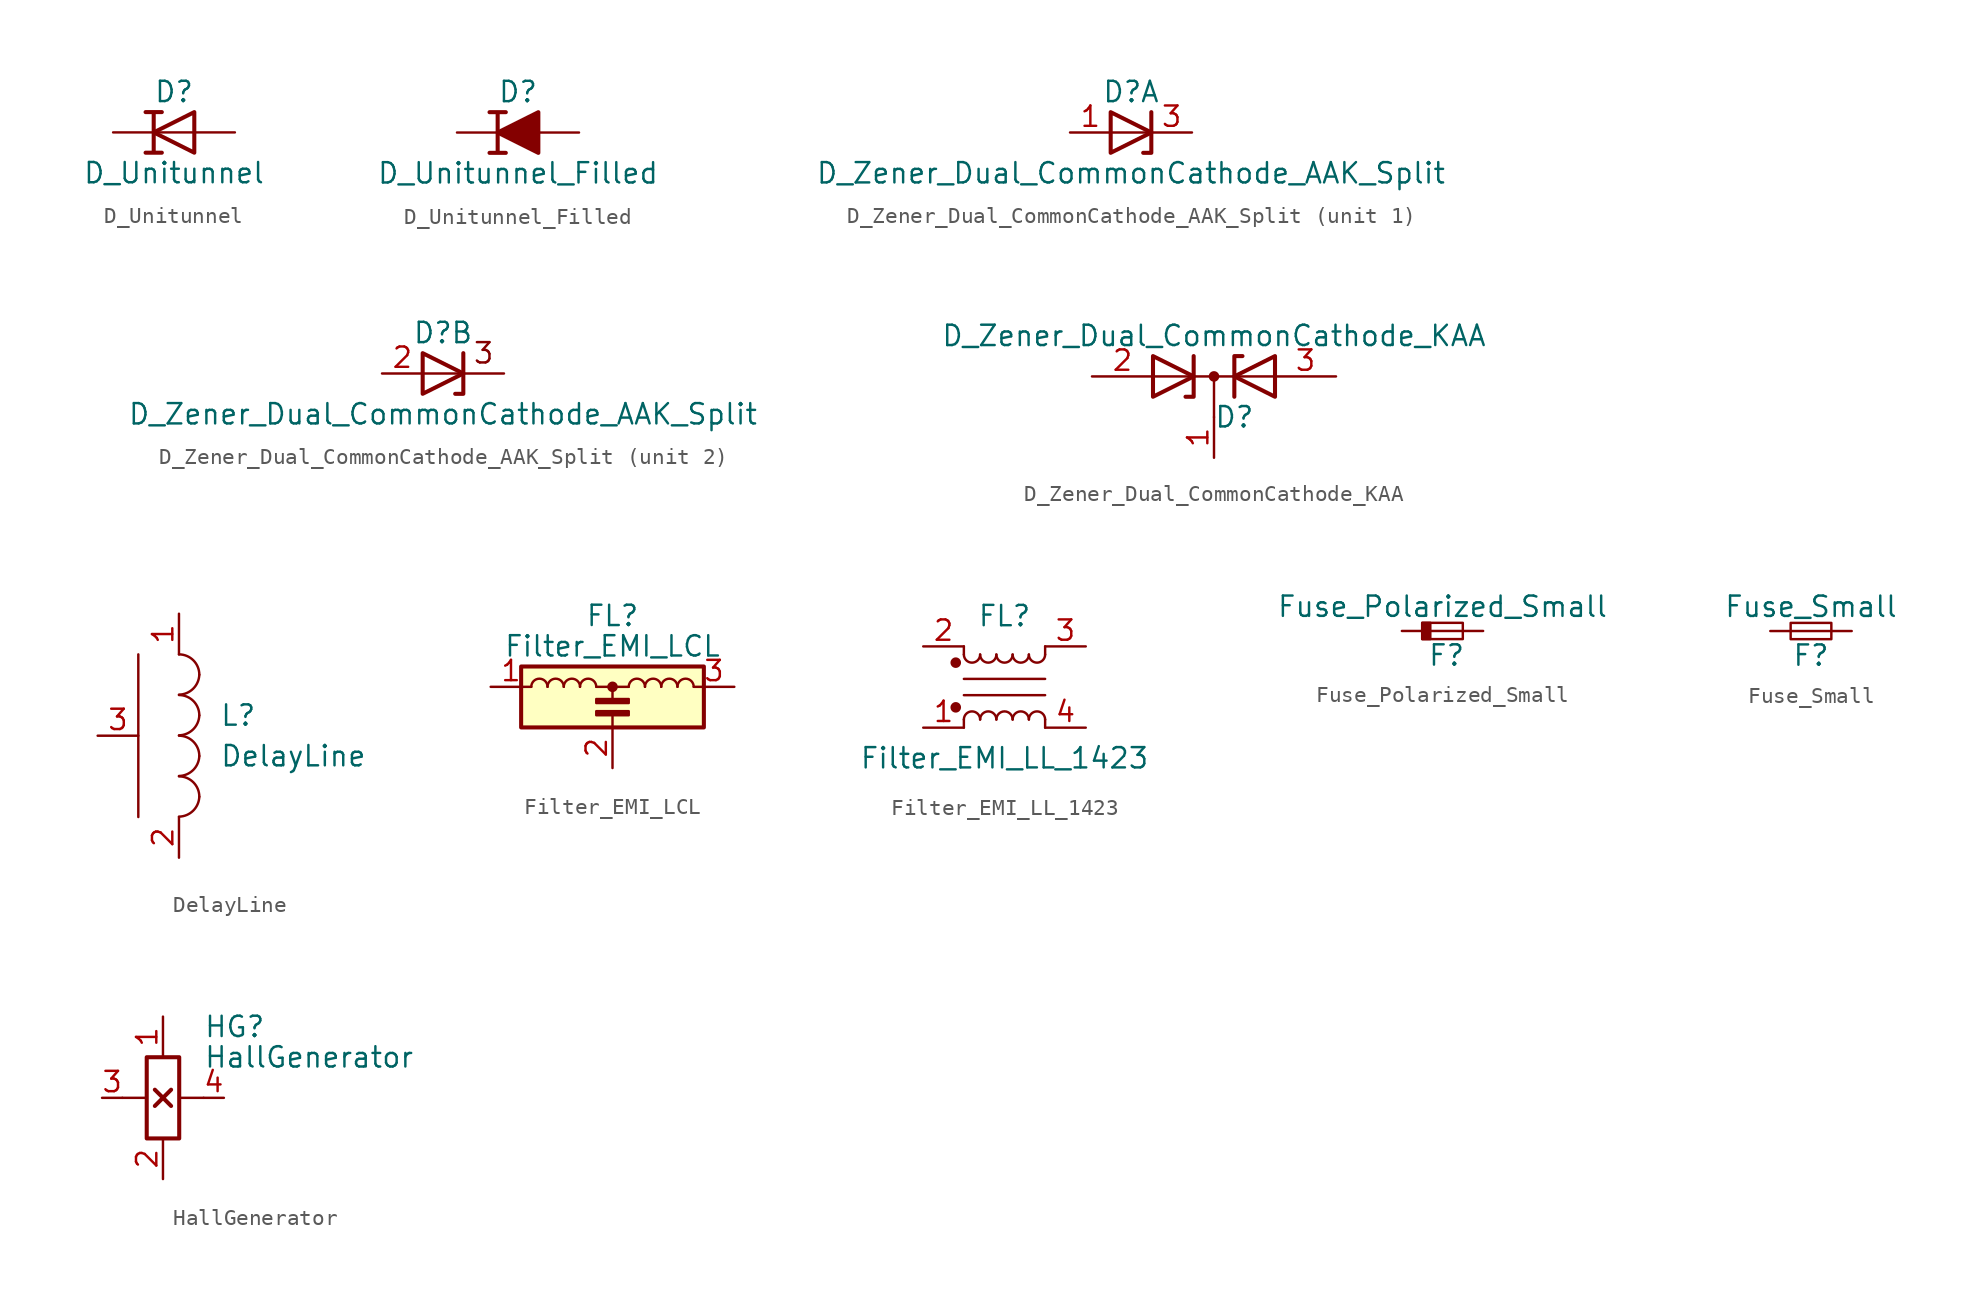
<source format=kicad_sym>
(kicad_symbol_lib
  (version 20211014)
  (generator kicad_symbol_editor)
  (symbol "D_Unitunnel"
    (pin_numbers hide)
    (pin_names
      (offset 1.016) hide)
    (property "Reference" "D"
      (at 0 2.54 0)
      (effects (font (size 1.27 1.27))))
    (property "Value" "D_Unitunnel"
      (at 0 -2.54 0)
      (effects (font (size 1.27 1.27))))
    (symbol "D_Unitunnel_0_1"
      (polyline (pts (xy 1.27 0) (xy -1.27 0)) (stroke (width 0) (type default) (color 0 0 0 0)) (fill (type none)))
      (polyline (pts (xy 1.27 -1.27) (xy 1.27 1.27) (xy -1.27 0) (xy 1.27 -1.27)) (stroke (width 0.254) (type default) (color 0 0 0 0)) (fill (type none)))
      (polyline (pts (xy -1.778 -1.27) (xy -0.762 -1.27) (xy -1.27 -1.27) (xy -1.27 1.27) (xy -0.762 1.27) (xy -1.778 1.27)) (stroke (width 0.254) (type default) (color 0 0 0 0)) (fill (type none))))
    (symbol "D_Unitunnel_1_1"
      (pin passive line (at -3.81 0 0) (length 2.54) (name "K" (effects (font (size 1.27 1.27)))) (number "1" (effects (font (size 1.27 1.27)))))
      (pin passive line (at 3.81 0 180) (length 2.54) (name "A" (effects (font (size 1.27 1.27)))) (number "2" (effects (font (size 1.27 1.27)))))))
  (symbol "D_Unitunnel_Filled"
    (pin_numbers hide)
    (pin_names
      (offset 1.016) hide)
    (property "Reference" "D"
      (at 0 2.54 0)
      (effects (font (size 1.27 1.27))))
    (property "Value" "D_Unitunnel_Filled"
      (at 0 -2.54 0)
      (effects (font (size 1.27 1.27))))
    (symbol "D_Unitunnel_Filled_0_1"
      (polyline (pts (xy 1.27 0) (xy -1.27 0)) (stroke (width 0) (type default) (color 0 0 0 0)) (fill (type none)))
      (polyline (pts (xy 1.27 -1.27) (xy 1.27 1.27) (xy -1.27 0) (xy 1.27 -1.27)) (stroke (width 0.254) (type default) (color 0 0 0 0)) (fill (type outline)))
      (polyline (pts (xy -1.778 -1.27) (xy -0.762 -1.27) (xy -1.27 -1.27) (xy -1.27 1.27) (xy -0.762 1.27) (xy -1.778 1.27)) (stroke (width 0.254) (type default) (color 0 0 0 0)) (fill (type none))))
    (symbol "D_Unitunnel_Filled_1_1"
      (pin passive line (at -3.81 0 0) (length 2.54) (name "K" (effects (font (size 1.27 1.27)))) (number "1" (effects (font (size 1.27 1.27)))))
      (pin passive line (at 3.81 0 180) (length 2.54) (name "A" (effects (font (size 1.27 1.27)))) (number "2" (effects (font (size 1.27 1.27)))))))
  (symbol "D_Zener_Dual_CommonCathode_AAK_Split"
    (pin_names
      (offset 0.762) hide)
    (property "Reference" "D"
      (at 0 2.54 0)
      (effects (font (size 1.27 1.27))))
    (property "Value" "D_Zener_Dual_CommonCathode_AAK_Split"
      (at 0 -2.54 0)
      (effects (font (size 1.27 1.27))))
    (property "ki_locked" ""
      (at 0 0 0)
      (effects (font (size 1.27 1.27))))
    (symbol "D_Zener_Dual_CommonCathode_AAK_Split_0_0"
      (polyline (pts (xy 1.27 1.27) (xy 1.27 -1.27) (xy 0.762 -1.27)) (stroke (width 0.254) (type default) (color 0 0 0 0)) (fill (type none))))
    (symbol "D_Zener_Dual_CommonCathode_AAK_Split_0_1"
      (polyline (pts (xy -1.27 1.27) (xy 1.27 0) (xy -1.27 -1.27) (xy -1.27 1.27) (xy -1.27 1.27) (xy -1.27 1.27)) (stroke (width 0.254) (type default) (color 0 0 0 0)) (fill (type none))))
    (symbol "D_Zener_Dual_CommonCathode_AAK_Split_1_1"
      (polyline (pts (xy 1.27 0) (xy -1.27 0)) (stroke (width 0) (type default) (color 0 0 0 0)) (fill (type none)))
      (pin passive line (at -3.81 0 0) (length 2.54) (name "A" (effects (font (size 1.27 1.27)))) (number "1" (effects (font (size 1.27 1.27)))))
      (pin passive line (at 3.81 0 180) (length 2.54) (name "K" (effects (font (size 1.27 1.27)))) (number "3" (effects (font (size 1.27 1.27))))))
    (symbol "D_Zener_Dual_CommonCathode_AAK_Split_2_0"
      (polyline (pts (xy 3.81 0) (xy -1.27 0)) (stroke (width 0) (type default) (color 0 0 0 0)) (fill (type none)))
      (text "3" (at 2.54 1.27 0) (effects (font (size 1.27 1.27)))))
    (symbol "D_Zener_Dual_CommonCathode_AAK_Split_2_1"
      (pin passive line (at -3.81 0 0) (length 2.54) (name "K" (effects (font (size 1.27 1.27)))) (number "2" (effects (font (size 1.27 1.27)))))))
  (symbol "D_Zener_Dual_CommonCathode_KAA"
    (pin_names
      (offset 0.762) hide)
    (property "Reference" "D"
      (at 1.27 -2.54 0)
      (effects (font (size 1.27 1.27))))
    (property "Value" "D_Zener_Dual_CommonCathode_KAA"
      (at 0 2.54 0)
      (effects (font (size 1.27 1.27))))
    (symbol "D_Zener_Dual_CommonCathode_KAA_0_1"
      (polyline (pts (xy -3.81 0) (xy 3.81 0)) (stroke (width 0) (type default) (color 0 0 0 0)) (fill (type none)))
      (polyline (pts (xy 0 0) (xy 0 -2.54)) (stroke (width 0) (type default) (color 0 0 0 0)) (fill (type none)))
      (polyline (pts (xy -1.27 1.27) (xy -1.27 -1.27) (xy -1.778 -1.27)) (stroke (width 0.254) (type default) (color 0 0 0 0)) (fill (type none)))
      (polyline (pts (xy 1.27 -1.27) (xy 1.27 1.27) (xy 1.778 1.27)) (stroke (width 0.254) (type default) (color 0 0 0 0)) (fill (type none)))
      (polyline (pts (xy -3.81 1.27) (xy -1.27 0) (xy -3.81 -1.27) (xy -3.81 1.27) (xy -3.81 1.27) (xy -3.81 1.27)) (stroke (width 0.254) (type default) (color 0 0 0 0)) (fill (type none)))
      (polyline (pts (xy 3.81 -1.27) (xy 1.27 0) (xy 3.81 1.27) (xy 3.81 -1.27) (xy 3.81 -1.27) (xy 3.81 -1.27)) (stroke (width 0.254) (type default) (color 0 0 0 0)) (fill (type none)))
      (circle (center 0 0) (radius 0.254) (stroke (width 0) (type default) (color 0 0 0 0)) (fill (type outline)))
      (pin passive line (at 0 -5.08 90) (length 2.54) (name "K" (effects (font (size 1.27 1.27)))) (number "1" (effects (font (size 1.27 1.27)))))
      (pin passive line (at -7.62 0 0) (length 3.81) (name "A" (effects (font (size 1.27 1.27)))) (number "2" (effects (font (size 1.27 1.27)))))
      (pin passive line (at 7.62 0 180) (length 3.81) (name "A" (effects (font (size 1.27 1.27)))) (number "3" (effects (font (size 1.27 1.27)))))))
  (symbol "DelayLine"
    (pin_names
      (offset 1.016) hide)
    (property "Reference" "L"
      (at 2.54 1.27 0)
      (effects (font (size 1.27 1.27)) (justify left)))
    (property "Value" "DelayLine"
      (at 2.54 -1.27 0)
      (effects (font (size 1.27 1.27)) (justify left)))
    (symbol "DelayLine_0_1"
      (arc (start 0 -5.0546) (mid 0.8839 -4.6863) (end 1.27 -3.81) (stroke (width 0) (type default) (color 0 0 0 0)) (fill (type none)))
      (arc (start 0 -2.5146) (mid 0.8839 -2.1463) (end 1.27 -1.27) (stroke (width 0) (type default) (color 0 0 0 0)) (fill (type none)))
      (polyline (pts (xy -2.54 5.08) (xy -2.54 -5.08)) (stroke (width 0) (type default) (color 0 0 0 0)) (fill (type none)))
      (arc (start 0 0.0254) (mid 0.8839 0.3937) (end 1.27 1.27) (stroke (width 0) (type default) (color 0 0 0 0)) (fill (type none)))
      (arc (start 0 2.5654) (mid 0.8839 2.9337) (end 1.27 3.81) (stroke (width 0) (type default) (color 0 0 0 0)) (fill (type none)))
      (arc (start 1.27 -3.81) (mid 0.898 -2.912) (end 0 -2.54) (stroke (width 0) (type default) (color 0 0 0 0)) (fill (type none)))
      (arc (start 1.27 -1.27) (mid 0.898 -0.372) (end 0 0) (stroke (width 0) (type default) (color 0 0 0 0)) (fill (type none)))
      (arc (start 1.27 1.27) (mid 0.898 2.168) (end 0 2.54) (stroke (width 0) (type default) (color 0 0 0 0)) (fill (type none)))
      (arc (start 1.27 3.81) (mid 0.898 4.708) (end 0 5.08) (stroke (width 0) (type default) (color 0 0 0 0)) (fill (type none))))
    (symbol "DelayLine_1_1"
      (pin passive line (at 0 7.62 270) (length 2.54) (name "1" (effects (font (size 1.27 1.27)))) (number "1" (effects (font (size 1.27 1.27)))))
      (pin passive line (at 0 -7.62 90) (length 2.54) (name "2" (effects (font (size 1.27 1.27)))) (number "2" (effects (font (size 1.27 1.27)))))
      (pin input line (at -5.08 0 0) (length 2.54) (name "COMMUN" (effects (font (size 1.27 1.27)))) (number "3" (effects (font (size 1.27 1.27)))))))
  (symbol "Filter_EMI_LCL"
    (pin_names
      (offset 0.254) hide)
    (property "Reference" "FL"
      (at 0 6.985 0)
      (effects (font (size 1.27 1.27))))
    (property "Value" "Filter_EMI_LCL"
      (at 0 5.08 0)
      (effects (font (size 1.27 1.27))))
    (symbol "Filter_EMI_LCL_0_1"
      (rectangle (start -5.715 3.81) (end 5.715 0) (stroke (width 0.254) (type default) (color 0 0 0 0)) (fill (type background)))
      (arc (start -4.064 2.54) (mid -4.572 3.048) (end -5.08 2.54) (stroke (width 0) (type default) (color 0 0 0 0)) (fill (type none)))
      (arc (start -3.048 2.54) (mid -3.556 3.048) (end -4.064 2.54) (stroke (width 0) (type default) (color 0 0 0 0)) (fill (type none)))
      (arc (start -2.032 2.54) (mid -2.54 3.048) (end -3.048 2.54) (stroke (width 0) (type default) (color 0 0 0 0)) (fill (type none)))
      (rectangle (start -1.016 0.762) (end 1.016 1.016) (stroke (width 0) (type default) (color 0 0 0 0)) (fill (type outline)))
      (arc (start -1.016 2.54) (mid -1.524 3.048) (end -2.032 2.54) (stroke (width 0) (type default) (color 0 0 0 0)) (fill (type none)))
      (polyline (pts (xy -1.016 2.54) (xy 1.016 2.54)) (stroke (width 0) (type default) (color 0 0 0 0)) (fill (type none)))
      (polyline (pts (xy 0 0.762) (xy 0 0)) (stroke (width 0) (type default) (color 0 0 0 0)) (fill (type none)))
      (polyline (pts (xy 0 2.54) (xy 0 1.778)) (stroke (width 0) (type default) (color 0 0 0 0)) (fill (type none)))
      (circle (center 0 2.54) (radius 0.254) (stroke (width 0) (type default) (color 0 0 0 0)) (fill (type outline)))
      (rectangle (start 1.016 1.524) (end -1.016 1.778) (stroke (width 0) (type default) (color 0 0 0 0)) (fill (type outline)))
      (arc (start 2.032 2.54) (mid 1.524 3.048) (end 1.016 2.54) (stroke (width 0) (type default) (color 0 0 0 0)) (fill (type none)))
      (arc (start 3.048 2.54) (mid 2.54 3.048) (end 2.032 2.54) (stroke (width 0) (type default) (color 0 0 0 0)) (fill (type none)))
      (arc (start 4.064 2.54) (mid 3.556 3.048) (end 3.048 2.54) (stroke (width 0) (type default) (color 0 0 0 0)) (fill (type none)))
      (arc (start 5.08 2.54) (mid 4.572 3.048) (end 4.064 2.54) (stroke (width 0) (type default) (color 0 0 0 0)) (fill (type none))))
    (symbol "Filter_EMI_LCL_1_1"
      (pin passive line (at -7.62 2.54 0) (length 2.54) (name "1" (effects (font (size 1.27 1.27)))) (number "1" (effects (font (size 1.27 1.27)))))
      (pin passive line (at 0 -2.54 90) (length 2.54) (name "2" (effects (font (size 1.27 1.27)))) (number "2" (effects (font (size 1.27 1.27)))))
      (pin passive line (at 7.62 2.54 180) (length 2.54) (name "3" (effects (font (size 1.27 1.27)))) (number "3" (effects (font (size 1.27 1.27)))))))
  (symbol "Filter_EMI_LL_1423"
    (pin_names hide)
    (property "Reference" "FL"
      (at 0 4.445 0)
      (effects (font (size 1.27 1.27))))
    (property "Value" "Filter_EMI_LL_1423"
      (at 0 -4.445 0)
      (effects (font (size 1.27 1.27))))
    (symbol "Filter_EMI_LL_1423_0_1"
      (circle (center -3.048 -1.27) (radius 0.254) (stroke (width 0) (type default) (color 0 0 0 0)) (fill (type outline)))
      (circle (center -3.048 1.524) (radius 0.254) (stroke (width 0) (type default) (color 0 0 0 0)) (fill (type outline)))
      (arc (start -2.54 2.032) (mid -2.032 1.524) (end -1.524 2.032) (stroke (width 0) (type default) (color 0 0 0 0)) (fill (type none)))
      (arc (start -1.524 -2.032) (mid -2.032 -1.524) (end -2.54 -2.032) (stroke (width 0) (type default) (color 0 0 0 0)) (fill (type none)))
      (arc (start -1.524 2.032) (mid -1.016 1.524) (end -0.508 2.032) (stroke (width 0) (type default) (color 0 0 0 0)) (fill (type none)))
      (arc (start -0.508 -2.032) (mid -1.016 -1.524) (end -1.524 -2.032) (stroke (width 0) (type default) (color 0 0 0 0)) (fill (type none)))
      (arc (start -0.508 2.032) (mid 0 1.524) (end 0.508 2.032) (stroke (width 0) (type default) (color 0 0 0 0)) (fill (type none)))
      (polyline (pts (xy -2.54 -2.032) (xy -2.54 -2.54)) (stroke (width 0) (type default) (color 0 0 0 0)) (fill (type none)))
      (polyline (pts (xy -2.54 0.508) (xy 2.54 0.508)) (stroke (width 0) (type default) (color 0 0 0 0)) (fill (type none)))
      (polyline (pts (xy -2.54 2.032) (xy -2.54 2.54)) (stroke (width 0) (type default) (color 0 0 0 0)) (fill (type none)))
      (polyline (pts (xy 2.54 -2.032) (xy 2.54 -2.54)) (stroke (width 0) (type default) (color 0 0 0 0)) (fill (type none)))
      (polyline (pts (xy 2.54 -0.508) (xy -2.54 -0.508)) (stroke (width 0) (type default) (color 0 0 0 0)) (fill (type none)))
      (polyline (pts (xy 2.54 2.54) (xy 2.54 2.032)) (stroke (width 0) (type default) (color 0 0 0 0)) (fill (type none)))
      (arc (start 0.508 -2.032) (mid 0 -1.524) (end -0.508 -2.032) (stroke (width 0) (type default) (color 0 0 0 0)) (fill (type none)))
      (arc (start 0.508 2.032) (mid 1.016 1.524) (end 1.524 2.032) (stroke (width 0) (type default) (color 0 0 0 0)) (fill (type none)))
      (arc (start 1.524 -2.032) (mid 1.016 -1.524) (end 0.508 -2.032) (stroke (width 0) (type default) (color 0 0 0 0)) (fill (type none)))
      (arc (start 1.524 2.032) (mid 2.032 1.524) (end 2.54 2.032) (stroke (width 0) (type default) (color 0 0 0 0)) (fill (type none)))
      (arc (start 2.54 -2.032) (mid 2.032 -1.524) (end 1.524 -2.032) (stroke (width 0) (type default) (color 0 0 0 0)) (fill (type none))))
    (symbol "Filter_EMI_LL_1423_1_1"
      (pin passive line (at -5.08 -2.54 0) (length 2.54) (name "1" (effects (font (size 1.27 1.27)))) (number "1" (effects (font (size 1.27 1.27)))))
      (pin passive line (at -5.08 2.54 0) (length 2.54) (name "2" (effects (font (size 1.27 1.27)))) (number "2" (effects (font (size 1.27 1.27)))))
      (pin passive line (at 5.08 2.54 180) (length 2.54) (name "3" (effects (font (size 1.27 1.27)))) (number "3" (effects (font (size 1.27 1.27)))))
      (pin passive line (at 5.08 -2.54 180) (length 2.54) (name "4" (effects (font (size 1.27 1.27)))) (number "4" (effects (font (size 1.27 1.27)))))))
  (symbol "Fuse_Polarized_Small"
    (pin_numbers hide)
    (pin_names
      (offset 0.254) hide)
    (property "Reference" "F"
      (at 0.254 -1.524 0)
      (effects (font (size 1.27 1.27))))
    (property "Value" "Fuse_Polarized_Small"
      (at 0 1.524 0)
      (effects (font (size 1.27 1.27))))
    (symbol "Fuse_Polarized_Small_0_1"
      (rectangle (start -1.27 0.508) (end -0.762 -0.508) (stroke (width 0) (type default) (color 0 0 0 0)) (fill (type outline)))
      (rectangle (start -1.27 0.508) (end 1.27 -0.508) (stroke (width 0) (type default) (color 0 0 0 0)) (fill (type none)))
      (polyline (pts (xy -1.27 0) (xy 1.27 0)) (stroke (width 0) (type default) (color 0 0 0 0)) (fill (type none))))
    (symbol "Fuse_Polarized_Small_1_1"
      (pin power_in line (at -2.54 0 0) (length 1.27) (name "~" (effects (font (size 1.27 1.27)))) (number "1" (effects (font (size 1.27 1.27)))))
      (pin power_out line (at 2.54 0 180) (length 1.27) (name "~" (effects (font (size 1.27 1.27)))) (number "2" (effects (font (size 1.27 1.27)))))))
  (symbol "Fuse_Small"
    (pin_numbers hide)
    (pin_names
      (offset 0.254) hide)
    (property "Reference" "F"
      (at 0 -1.524 0)
      (effects (font (size 1.27 1.27))))
    (property "Value" "Fuse_Small"
      (at 0 1.524 0)
      (effects (font (size 1.27 1.27))))
    (symbol "Fuse_Small_0_1"
      (rectangle (start -1.27 0.508) (end 1.27 -0.508) (stroke (width 0) (type default) (color 0 0 0 0)) (fill (type none)))
      (polyline (pts (xy -1.27 0) (xy 1.27 0)) (stroke (width 0) (type default) (color 0 0 0 0)) (fill (type none))))
    (symbol "Fuse_Small_1_1"
      (pin passive line (at -2.54 0 0) (length 1.27) (name "~" (effects (font (size 1.27 1.27)))) (number "1" (effects (font (size 1.27 1.27)))))
      (pin passive line (at 2.54 0 180) (length 1.27) (name "~" (effects (font (size 1.27 1.27)))) (number "2" (effects (font (size 1.27 1.27)))))))
  (symbol "HallGenerator"
    (pin_names
      (offset 0) hide)
    (property "Reference" "HG"
      (at 2.54 4.445 0)
      (effects (font (size 1.27 1.27)) (justify left)))
    (property "Value" "HallGenerator"
      (at 2.54 2.54 0)
      (effects (font (size 1.27 1.27)) (justify left)))
    (symbol "HallGenerator_0_1"
      (rectangle (start -1.016 2.54) (end 1.016 -2.54) (stroke (width 0.254) (type default) (color 0 0 0 0)) (fill (type none)))
      (polyline (pts (xy -1.016 0) (xy -2.54 0)) (stroke (width 0) (type default) (color 0 0 0 0)) (fill (type none)))
      (polyline (pts (xy -0.508 -0.508) (xy 0.508 0.508)) (stroke (width 0.254) (type default) (color 0 0 0 0)) (fill (type none)))
      (polyline (pts (xy -0.508 0.508) (xy 0.508 -0.508)) (stroke (width 0.254) (type default) (color 0 0 0 0)) (fill (type none)))
      (polyline (pts (xy 1.016 0) (xy 2.54 0)) (stroke (width 0) (type default) (color 0 0 0 0)) (fill (type none))))
    (symbol "HallGenerator_1_1"
      (pin passive line (at 0 5.08 270) (length 2.54) (name "U1" (effects (font (size 1.27 1.27)))) (number "1" (effects (font (size 1.27 1.27)))))
      (pin passive line (at 0 -5.08 90) (length 2.54) (name "U2" (effects (font (size 1.27 1.27)))) (number "2" (effects (font (size 1.27 1.27)))))
      (pin passive line (at -3.81 0 0) (length 1.27) (name "UH1" (effects (font (size 1.27 1.27)))) (number "3" (effects (font (size 1.27 1.27)))))
      (pin passive line (at 3.81 0 180) (length 1.27) (name "UH2" (effects (font (size 1.27 1.27)))) (number "4" (effects (font (size 1.27 1.27))))))))
</source>
